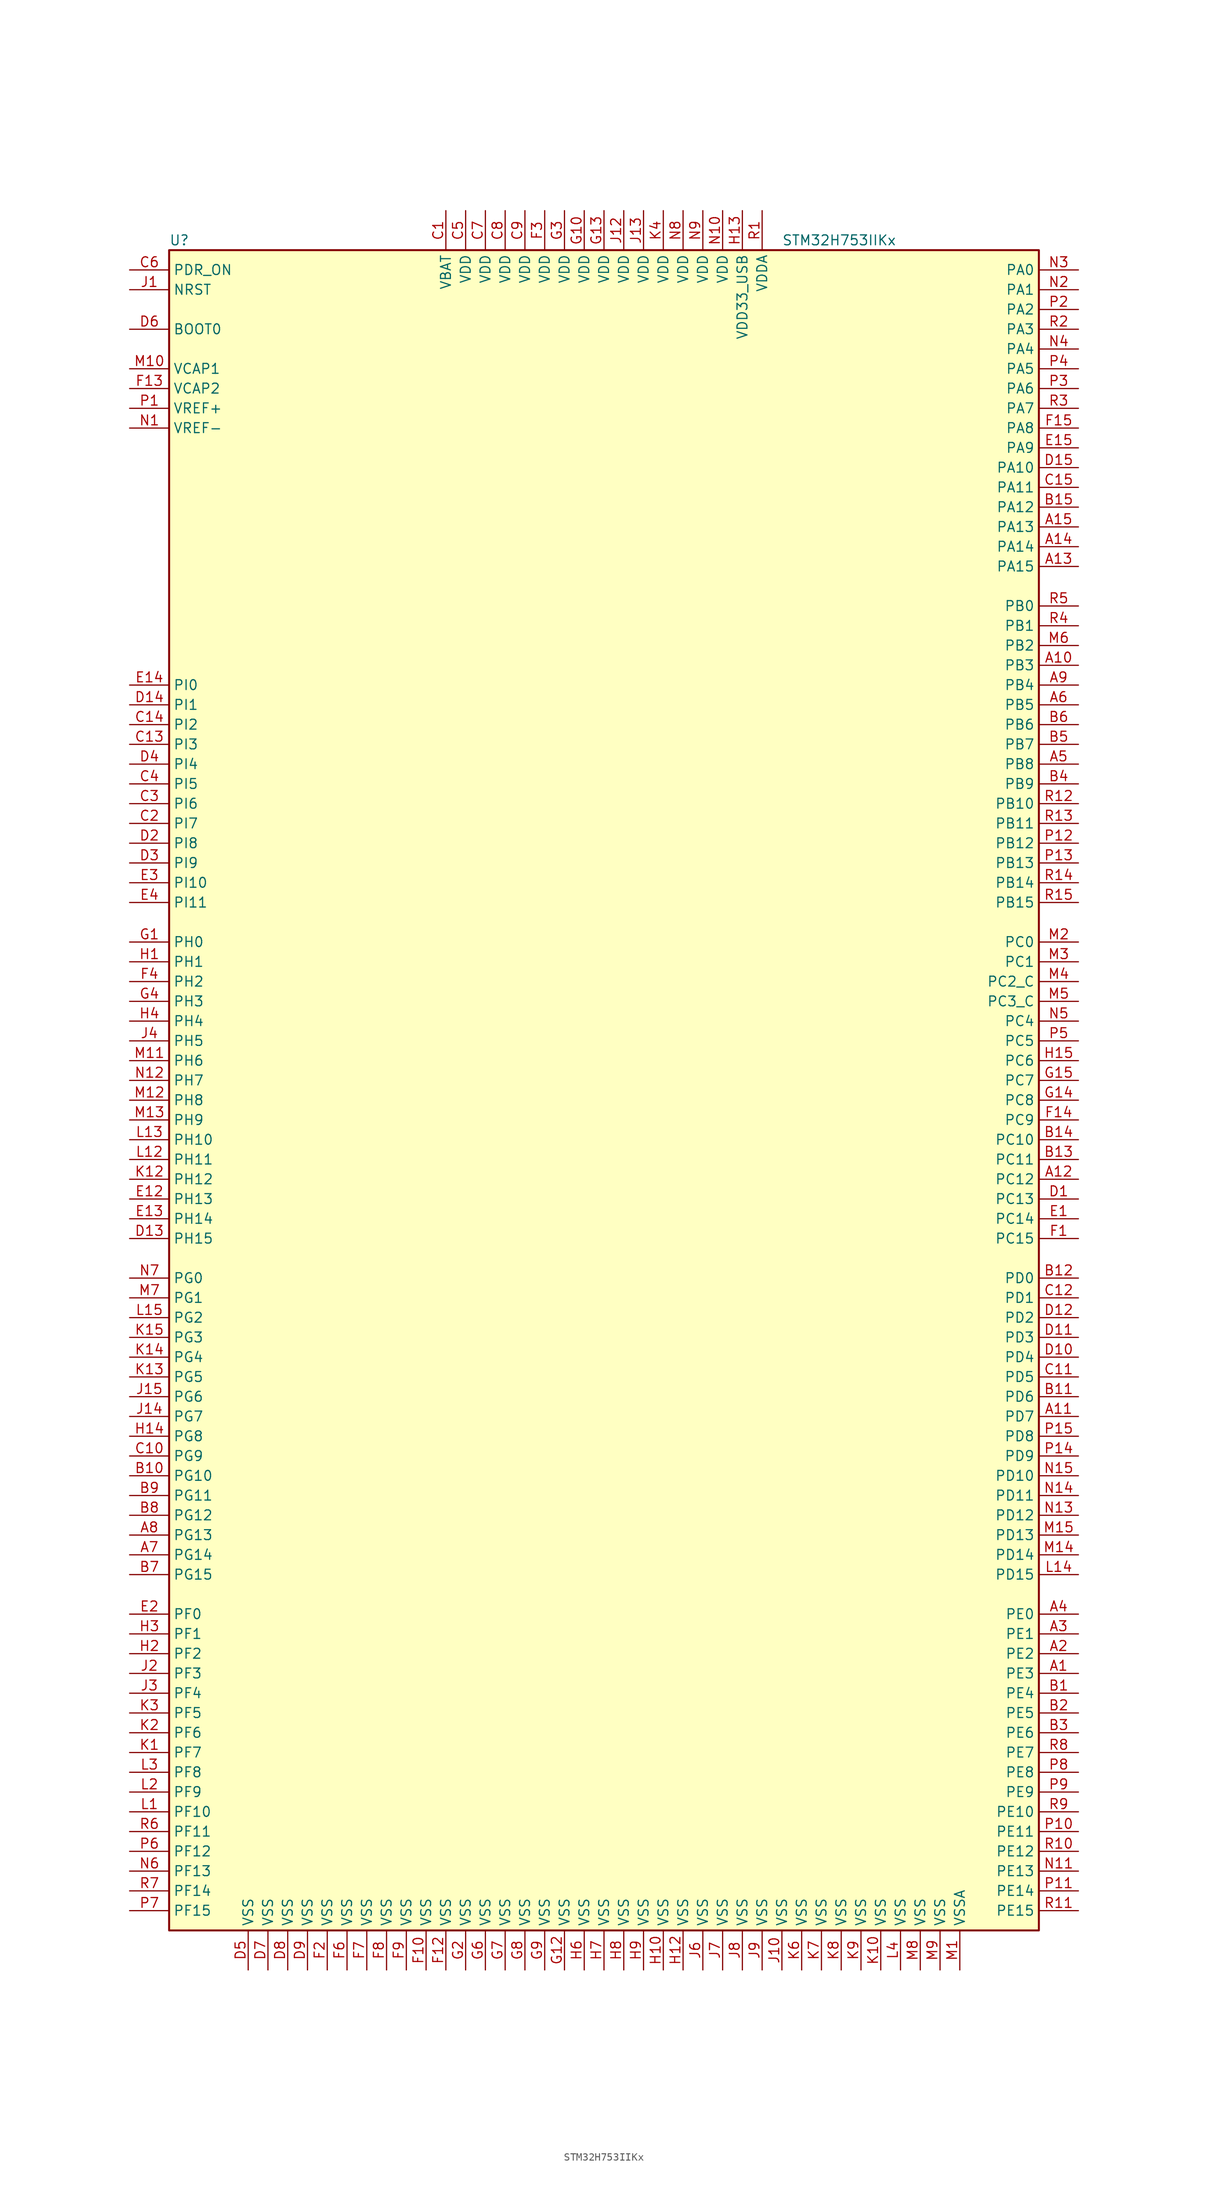
<source format=kicad_sym>
(kicad_symbol_lib
  (version 20220914)
  (generator kicad_symbol_editor)
  (symbol "STM32H753IIKx"
    (property "Reference" "U"
      (at -55.88 107.95 0)
      (effects (font (size 1.27 1.27)) (justify left)))
    (property "Value" "STM32H753IIKx"
      (at 22.86 107.95 0)
      (effects (font (size 1.27 1.27)) (justify left)))
    (symbol "STM32H753IIKx_0_1"
      (rectangle (start -55.88 -109.22) (end 55.88 106.68) (stroke (width 0.254) (type default)) (fill (type background))))
    (symbol "STM32H753IIKx_1_1"
      (pin bidirectional line (at 60.96 -76.2 180) (length 5.08) (name "PE3" (effects (font (size 1.27 1.27)))) (number "A1" (effects (font (size 1.27 1.27)))))
      (pin bidirectional line (at 60.96 53.34 180) (length 5.08) (name "PB3" (effects (font (size 1.27 1.27)))) (number "A10" (effects (font (size 1.27 1.27)))))
      (pin bidirectional line (at 60.96 -43.18 180) (length 5.08) (name "PD7" (effects (font (size 1.27 1.27)))) (number "A11" (effects (font (size 1.27 1.27)))))
      (pin bidirectional line (at 60.96 -12.7 180) (length 5.08) (name "PC12" (effects (font (size 1.27 1.27)))) (number "A12" (effects (font (size 1.27 1.27)))))
      (pin bidirectional line (at 60.96 66.04 180) (length 5.08) (name "PA15" (effects (font (size 1.27 1.27)))) (number "A13" (effects (font (size 1.27 1.27)))))
      (pin bidirectional line (at 60.96 68.58 180) (length 5.08) (name "PA14" (effects (font (size 1.27 1.27)))) (number "A14" (effects (font (size 1.27 1.27)))))
      (pin bidirectional line (at 60.96 71.12 180) (length 5.08) (name "PA13" (effects (font (size 1.27 1.27)))) (number "A15" (effects (font (size 1.27 1.27)))))
      (pin bidirectional line (at 60.96 -73.66 180) (length 5.08) (name "PE2" (effects (font (size 1.27 1.27)))) (number "A2" (effects (font (size 1.27 1.27)))))
      (pin bidirectional line (at 60.96 -71.12 180) (length 5.08) (name "PE1" (effects (font (size 1.27 1.27)))) (number "A3" (effects (font (size 1.27 1.27)))))
      (pin bidirectional line (at 60.96 -68.58 180) (length 5.08) (name "PE0" (effects (font (size 1.27 1.27)))) (number "A4" (effects (font (size 1.27 1.27)))))
      (pin bidirectional line (at 60.96 40.64 180) (length 5.08) (name "PB8" (effects (font (size 1.27 1.27)))) (number "A5" (effects (font (size 1.27 1.27)))))
      (pin bidirectional line (at 60.96 48.26 180) (length 5.08) (name "PB5" (effects (font (size 1.27 1.27)))) (number "A6" (effects (font (size 1.27 1.27)))))
      (pin bidirectional line (at -60.96 -60.96 0) (length 5.08) (name "PG14" (effects (font (size 1.27 1.27)))) (number "A7" (effects (font (size 1.27 1.27)))))
      (pin bidirectional line (at -60.96 -58.42 0) (length 5.08) (name "PG13" (effects (font (size 1.27 1.27)))) (number "A8" (effects (font (size 1.27 1.27)))))
      (pin bidirectional line (at 60.96 50.8 180) (length 5.08) (name "PB4" (effects (font (size 1.27 1.27)))) (number "A9" (effects (font (size 1.27 1.27)))))
      (pin bidirectional line (at 60.96 -78.74 180) (length 5.08) (name "PE4" (effects (font (size 1.27 1.27)))) (number "B1" (effects (font (size 1.27 1.27)))))
      (pin bidirectional line (at -60.96 -50.8 0) (length 5.08) (name "PG10" (effects (font (size 1.27 1.27)))) (number "B10" (effects (font (size 1.27 1.27)))))
      (pin bidirectional line (at 60.96 -40.64 180) (length 5.08) (name "PD6" (effects (font (size 1.27 1.27)))) (number "B11" (effects (font (size 1.27 1.27)))))
      (pin bidirectional line (at 60.96 -25.4 180) (length 5.08) (name "PD0" (effects (font (size 1.27 1.27)))) (number "B12" (effects (font (size 1.27 1.27)))))
      (pin bidirectional line (at 60.96 -10.16 180) (length 5.08) (name "PC11" (effects (font (size 1.27 1.27)))) (number "B13" (effects (font (size 1.27 1.27)))))
      (pin bidirectional line (at 60.96 -7.62 180) (length 5.08) (name "PC10" (effects (font (size 1.27 1.27)))) (number "B14" (effects (font (size 1.27 1.27)))))
      (pin bidirectional line (at 60.96 73.66 180) (length 5.08) (name "PA12" (effects (font (size 1.27 1.27)))) (number "B15" (effects (font (size 1.27 1.27)))))
      (pin bidirectional line (at 60.96 -81.28 180) (length 5.08) (name "PE5" (effects (font (size 1.27 1.27)))) (number "B2" (effects (font (size 1.27 1.27)))))
      (pin bidirectional line (at 60.96 -83.82 180) (length 5.08) (name "PE6" (effects (font (size 1.27 1.27)))) (number "B3" (effects (font (size 1.27 1.27)))))
      (pin bidirectional line (at 60.96 38.1 180) (length 5.08) (name "PB9" (effects (font (size 1.27 1.27)))) (number "B4" (effects (font (size 1.27 1.27)))))
      (pin bidirectional line (at 60.96 43.18 180) (length 5.08) (name "PB7" (effects (font (size 1.27 1.27)))) (number "B5" (effects (font (size 1.27 1.27)))))
      (pin bidirectional line (at 60.96 45.72 180) (length 5.08) (name "PB6" (effects (font (size 1.27 1.27)))) (number "B6" (effects (font (size 1.27 1.27)))))
      (pin bidirectional line (at -60.96 -63.5 0) (length 5.08) (name "PG15" (effects (font (size 1.27 1.27)))) (number "B7" (effects (font (size 1.27 1.27)))))
      (pin bidirectional line (at -60.96 -55.88 0) (length 5.08) (name "PG12" (effects (font (size 1.27 1.27)))) (number "B8" (effects (font (size 1.27 1.27)))))
      (pin bidirectional line (at -60.96 -53.34 0) (length 5.08) (name "PG11" (effects (font (size 1.27 1.27)))) (number "B9" (effects (font (size 1.27 1.27)))))
      (pin power_in line (at -20.32 111.76 270) (length 5.08) (name "VBAT" (effects (font (size 1.27 1.27)))) (number "C1" (effects (font (size 1.27 1.27)))))
      (pin bidirectional line (at -60.96 -48.26 0) (length 5.08) (name "PG9" (effects (font (size 1.27 1.27)))) (number "C10" (effects (font (size 1.27 1.27)))))
      (pin bidirectional line (at 60.96 -38.1 180) (length 5.08) (name "PD5" (effects (font (size 1.27 1.27)))) (number "C11" (effects (font (size 1.27 1.27)))))
      (pin bidirectional line (at 60.96 -27.94 180) (length 5.08) (name "PD1" (effects (font (size 1.27 1.27)))) (number "C12" (effects (font (size 1.27 1.27)))))
      (pin bidirectional line (at -60.96 43.18 0) (length 5.08) (name "PI3" (effects (font (size 1.27 1.27)))) (number "C13" (effects (font (size 1.27 1.27)))))
      (pin bidirectional line (at -60.96 45.72 0) (length 5.08) (name "PI2" (effects (font (size 1.27 1.27)))) (number "C14" (effects (font (size 1.27 1.27)))))
      (pin bidirectional line (at 60.96 76.2 180) (length 5.08) (name "PA11" (effects (font (size 1.27 1.27)))) (number "C15" (effects (font (size 1.27 1.27)))))
      (pin bidirectional line (at -60.96 33.02 0) (length 5.08) (name "PI7" (effects (font (size 1.27 1.27)))) (number "C2" (effects (font (size 1.27 1.27)))))
      (pin bidirectional line (at -60.96 35.56 0) (length 5.08) (name "PI6" (effects (font (size 1.27 1.27)))) (number "C3" (effects (font (size 1.27 1.27)))))
      (pin bidirectional line (at -60.96 38.1 0) (length 5.08) (name "PI5" (effects (font (size 1.27 1.27)))) (number "C4" (effects (font (size 1.27 1.27)))))
      (pin power_in line (at -17.78 111.76 270) (length 5.08) (name "VDD" (effects (font (size 1.27 1.27)))) (number "C5" (effects (font (size 1.27 1.27)))))
      (pin input line (at -60.96 104.14 0) (length 5.08) (name "PDR_ON" (effects (font (size 1.27 1.27)))) (number "C6" (effects (font (size 1.27 1.27)))))
      (pin power_in line (at -15.24 111.76 270) (length 5.08) (name "VDD" (effects (font (size 1.27 1.27)))) (number "C7" (effects (font (size 1.27 1.27)))))
      (pin power_in line (at -12.7 111.76 270) (length 5.08) (name "VDD" (effects (font (size 1.27 1.27)))) (number "C8" (effects (font (size 1.27 1.27)))))
      (pin power_in line (at -10.16 111.76 270) (length 5.08) (name "VDD" (effects (font (size 1.27 1.27)))) (number "C9" (effects (font (size 1.27 1.27)))))
      (pin bidirectional line (at 60.96 -15.24 180) (length 5.08) (name "PC13" (effects (font (size 1.27 1.27)))) (number "D1" (effects (font (size 1.27 1.27)))))
      (pin bidirectional line (at 60.96 -35.56 180) (length 5.08) (name "PD4" (effects (font (size 1.27 1.27)))) (number "D10" (effects (font (size 1.27 1.27)))))
      (pin bidirectional line (at 60.96 -33.02 180) (length 5.08) (name "PD3" (effects (font (size 1.27 1.27)))) (number "D11" (effects (font (size 1.27 1.27)))))
      (pin bidirectional line (at 60.96 -30.48 180) (length 5.08) (name "PD2" (effects (font (size 1.27 1.27)))) (number "D12" (effects (font (size 1.27 1.27)))))
      (pin bidirectional line (at -60.96 -20.32 0) (length 5.08) (name "PH15" (effects (font (size 1.27 1.27)))) (number "D13" (effects (font (size 1.27 1.27)))))
      (pin bidirectional line (at -60.96 48.26 0) (length 5.08) (name "PI1" (effects (font (size 1.27 1.27)))) (number "D14" (effects (font (size 1.27 1.27)))))
      (pin bidirectional line (at 60.96 78.74 180) (length 5.08) (name "PA10" (effects (font (size 1.27 1.27)))) (number "D15" (effects (font (size 1.27 1.27)))))
      (pin bidirectional line (at -60.96 30.48 0) (length 5.08) (name "PI8" (effects (font (size 1.27 1.27)))) (number "D2" (effects (font (size 1.27 1.27)))))
      (pin bidirectional line (at -60.96 27.94 0) (length 5.08) (name "PI9" (effects (font (size 1.27 1.27)))) (number "D3" (effects (font (size 1.27 1.27)))))
      (pin bidirectional line (at -60.96 40.64 0) (length 5.08) (name "PI4" (effects (font (size 1.27 1.27)))) (number "D4" (effects (font (size 1.27 1.27)))))
      (pin power_in line (at -45.72 -114.3 90) (length 5.08) (name "VSS" (effects (font (size 1.27 1.27)))) (number "D5" (effects (font (size 1.27 1.27)))))
      (pin input line (at -60.96 96.52 0) (length 5.08) (name "BOOT0" (effects (font (size 1.27 1.27)))) (number "D6" (effects (font (size 1.27 1.27)))))
      (pin power_in line (at -43.18 -114.3 90) (length 5.08) (name "VSS" (effects (font (size 1.27 1.27)))) (number "D7" (effects (font (size 1.27 1.27)))))
      (pin power_in line (at -40.64 -114.3 90) (length 5.08) (name "VSS" (effects (font (size 1.27 1.27)))) (number "D8" (effects (font (size 1.27 1.27)))))
      (pin power_in line (at -38.1 -114.3 90) (length 5.08) (name "VSS" (effects (font (size 1.27 1.27)))) (number "D9" (effects (font (size 1.27 1.27)))))
      (pin bidirectional line (at 60.96 -17.78 180) (length 5.08) (name "PC14" (effects (font (size 1.27 1.27)))) (number "E1" (effects (font (size 1.27 1.27)))))
      (pin bidirectional line (at -60.96 -15.24 0) (length 5.08) (name "PH13" (effects (font (size 1.27 1.27)))) (number "E12" (effects (font (size 1.27 1.27)))))
      (pin bidirectional line (at -60.96 -17.78 0) (length 5.08) (name "PH14" (effects (font (size 1.27 1.27)))) (number "E13" (effects (font (size 1.27 1.27)))))
      (pin bidirectional line (at -60.96 50.8 0) (length 5.08) (name "PI0" (effects (font (size 1.27 1.27)))) (number "E14" (effects (font (size 1.27 1.27)))))
      (pin bidirectional line (at 60.96 81.28 180) (length 5.08) (name "PA9" (effects (font (size 1.27 1.27)))) (number "E15" (effects (font (size 1.27 1.27)))))
      (pin bidirectional line (at -60.96 -68.58 0) (length 5.08) (name "PF0" (effects (font (size 1.27 1.27)))) (number "E2" (effects (font (size 1.27 1.27)))))
      (pin bidirectional line (at -60.96 25.4 0) (length 5.08) (name "PI10" (effects (font (size 1.27 1.27)))) (number "E3" (effects (font (size 1.27 1.27)))))
      (pin bidirectional line (at -60.96 22.86 0) (length 5.08) (name "PI11" (effects (font (size 1.27 1.27)))) (number "E4" (effects (font (size 1.27 1.27)))))
      (pin bidirectional line (at 60.96 -20.32 180) (length 5.08) (name "PC15" (effects (font (size 1.27 1.27)))) (number "F1" (effects (font (size 1.27 1.27)))))
      (pin power_in line (at -22.86 -114.3 90) (length 5.08) (name "VSS" (effects (font (size 1.27 1.27)))) (number "F10" (effects (font (size 1.27 1.27)))))
      (pin power_in line (at -20.32 -114.3 90) (length 5.08) (name "VSS" (effects (font (size 1.27 1.27)))) (number "F12" (effects (font (size 1.27 1.27)))))
      (pin power_in line (at -60.96 88.9 0) (length 5.08) (name "VCAP2" (effects (font (size 1.27 1.27)))) (number "F13" (effects (font (size 1.27 1.27)))))
      (pin bidirectional line (at 60.96 -5.08 180) (length 5.08) (name "PC9" (effects (font (size 1.27 1.27)))) (number "F14" (effects (font (size 1.27 1.27)))))
      (pin bidirectional line (at 60.96 83.82 180) (length 5.08) (name "PA8" (effects (font (size 1.27 1.27)))) (number "F15" (effects (font (size 1.27 1.27)))))
      (pin power_in line (at -35.56 -114.3 90) (length 5.08) (name "VSS" (effects (font (size 1.27 1.27)))) (number "F2" (effects (font (size 1.27 1.27)))))
      (pin power_in line (at -7.62 111.76 270) (length 5.08) (name "VDD" (effects (font (size 1.27 1.27)))) (number "F3" (effects (font (size 1.27 1.27)))))
      (pin bidirectional line (at -60.96 12.7 0) (length 5.08) (name "PH2" (effects (font (size 1.27 1.27)))) (number "F4" (effects (font (size 1.27 1.27)))))
      (pin power_in line (at -33.02 -114.3 90) (length 5.08) (name "VSS" (effects (font (size 1.27 1.27)))) (number "F6" (effects (font (size 1.27 1.27)))))
      (pin power_in line (at -30.48 -114.3 90) (length 5.08) (name "VSS" (effects (font (size 1.27 1.27)))) (number "F7" (effects (font (size 1.27 1.27)))))
      (pin power_in line (at -27.94 -114.3 90) (length 5.08) (name "VSS" (effects (font (size 1.27 1.27)))) (number "F8" (effects (font (size 1.27 1.27)))))
      (pin power_in line (at -25.4 -114.3 90) (length 5.08) (name "VSS" (effects (font (size 1.27 1.27)))) (number "F9" (effects (font (size 1.27 1.27)))))
      (pin input line (at -60.96 17.78 0) (length 5.08) (name "PH0" (effects (font (size 1.27 1.27)))) (number "G1" (effects (font (size 1.27 1.27)))))
      (pin power_in line (at -2.54 111.76 270) (length 5.08) (name "VDD" (effects (font (size 1.27 1.27)))) (number "G10" (effects (font (size 1.27 1.27)))))
      (pin power_in line (at -5.08 -114.3 90) (length 5.08) (name "VSS" (effects (font (size 1.27 1.27)))) (number "G12" (effects (font (size 1.27 1.27)))))
      (pin power_in line (at 0 111.76 270) (length 5.08) (name "VDD" (effects (font (size 1.27 1.27)))) (number "G13" (effects (font (size 1.27 1.27)))))
      (pin bidirectional line (at 60.96 -2.54 180) (length 5.08) (name "PC8" (effects (font (size 1.27 1.27)))) (number "G14" (effects (font (size 1.27 1.27)))))
      (pin bidirectional line (at 60.96 0 180) (length 5.08) (name "PC7" (effects (font (size 1.27 1.27)))) (number "G15" (effects (font (size 1.27 1.27)))))
      (pin power_in line (at -17.78 -114.3 90) (length 5.08) (name "VSS" (effects (font (size 1.27 1.27)))) (number "G2" (effects (font (size 1.27 1.27)))))
      (pin power_in line (at -5.08 111.76 270) (length 5.08) (name "VDD" (effects (font (size 1.27 1.27)))) (number "G3" (effects (font (size 1.27 1.27)))))
      (pin bidirectional line (at -60.96 10.16 0) (length 5.08) (name "PH3" (effects (font (size 1.27 1.27)))) (number "G4" (effects (font (size 1.27 1.27)))))
      (pin power_in line (at -15.24 -114.3 90) (length 5.08) (name "VSS" (effects (font (size 1.27 1.27)))) (number "G6" (effects (font (size 1.27 1.27)))))
      (pin power_in line (at -12.7 -114.3 90) (length 5.08) (name "VSS" (effects (font (size 1.27 1.27)))) (number "G7" (effects (font (size 1.27 1.27)))))
      (pin power_in line (at -10.16 -114.3 90) (length 5.08) (name "VSS" (effects (font (size 1.27 1.27)))) (number "G8" (effects (font (size 1.27 1.27)))))
      (pin power_in line (at -7.62 -114.3 90) (length 5.08) (name "VSS" (effects (font (size 1.27 1.27)))) (number "G9" (effects (font (size 1.27 1.27)))))
      (pin input line (at -60.96 15.24 0) (length 5.08) (name "PH1" (effects (font (size 1.27 1.27)))) (number "H1" (effects (font (size 1.27 1.27)))))
      (pin power_in line (at 7.62 -114.3 90) (length 5.08) (name "VSS" (effects (font (size 1.27 1.27)))) (number "H10" (effects (font (size 1.27 1.27)))))
      (pin power_in line (at 10.16 -114.3 90) (length 5.08) (name "VSS" (effects (font (size 1.27 1.27)))) (number "H12" (effects (font (size 1.27 1.27)))))
      (pin power_in line (at 17.78 111.76 270) (length 5.08) (name "VDD33_USB" (effects (font (size 1.27 1.27)))) (number "H13" (effects (font (size 1.27 1.27)))))
      (pin bidirectional line (at -60.96 -45.72 0) (length 5.08) (name "PG8" (effects (font (size 1.27 1.27)))) (number "H14" (effects (font (size 1.27 1.27)))))
      (pin bidirectional line (at 60.96 2.54 180) (length 5.08) (name "PC6" (effects (font (size 1.27 1.27)))) (number "H15" (effects (font (size 1.27 1.27)))))
      (pin bidirectional line (at -60.96 -73.66 0) (length 5.08) (name "PF2" (effects (font (size 1.27 1.27)))) (number "H2" (effects (font (size 1.27 1.27)))))
      (pin bidirectional line (at -60.96 -71.12 0) (length 5.08) (name "PF1" (effects (font (size 1.27 1.27)))) (number "H3" (effects (font (size 1.27 1.27)))))
      (pin bidirectional line (at -60.96 7.62 0) (length 5.08) (name "PH4" (effects (font (size 1.27 1.27)))) (number "H4" (effects (font (size 1.27 1.27)))))
      (pin power_in line (at -2.54 -114.3 90) (length 5.08) (name "VSS" (effects (font (size 1.27 1.27)))) (number "H6" (effects (font (size 1.27 1.27)))))
      (pin power_in line (at 0 -114.3 90) (length 5.08) (name "VSS" (effects (font (size 1.27 1.27)))) (number "H7" (effects (font (size 1.27 1.27)))))
      (pin power_in line (at 2.54 -114.3 90) (length 5.08) (name "VSS" (effects (font (size 1.27 1.27)))) (number "H8" (effects (font (size 1.27 1.27)))))
      (pin power_in line (at 5.08 -114.3 90) (length 5.08) (name "VSS" (effects (font (size 1.27 1.27)))) (number "H9" (effects (font (size 1.27 1.27)))))
      (pin input line (at -60.96 101.6 0) (length 5.08) (name "NRST" (effects (font (size 1.27 1.27)))) (number "J1" (effects (font (size 1.27 1.27)))))
      (pin power_in line (at 22.86 -114.3 90) (length 5.08) (name "VSS" (effects (font (size 1.27 1.27)))) (number "J10" (effects (font (size 1.27 1.27)))))
      (pin power_in line (at 2.54 111.76 270) (length 5.08) (name "VDD" (effects (font (size 1.27 1.27)))) (number "J12" (effects (font (size 1.27 1.27)))))
      (pin power_in line (at 5.08 111.76 270) (length 5.08) (name "VDD" (effects (font (size 1.27 1.27)))) (number "J13" (effects (font (size 1.27 1.27)))))
      (pin bidirectional line (at -60.96 -43.18 0) (length 5.08) (name "PG7" (effects (font (size 1.27 1.27)))) (number "J14" (effects (font (size 1.27 1.27)))))
      (pin bidirectional line (at -60.96 -40.64 0) (length 5.08) (name "PG6" (effects (font (size 1.27 1.27)))) (number "J15" (effects (font (size 1.27 1.27)))))
      (pin bidirectional line (at -60.96 -76.2 0) (length 5.08) (name "PF3" (effects (font (size 1.27 1.27)))) (number "J2" (effects (font (size 1.27 1.27)))))
      (pin bidirectional line (at -60.96 -78.74 0) (length 5.08) (name "PF4" (effects (font (size 1.27 1.27)))) (number "J3" (effects (font (size 1.27 1.27)))))
      (pin bidirectional line (at -60.96 5.08 0) (length 5.08) (name "PH5" (effects (font (size 1.27 1.27)))) (number "J4" (effects (font (size 1.27 1.27)))))
      (pin power_in line (at 12.7 -114.3 90) (length 5.08) (name "VSS" (effects (font (size 1.27 1.27)))) (number "J6" (effects (font (size 1.27 1.27)))))
      (pin power_in line (at 15.24 -114.3 90) (length 5.08) (name "VSS" (effects (font (size 1.27 1.27)))) (number "J7" (effects (font (size 1.27 1.27)))))
      (pin power_in line (at 17.78 -114.3 90) (length 5.08) (name "VSS" (effects (font (size 1.27 1.27)))) (number "J8" (effects (font (size 1.27 1.27)))))
      (pin power_in line (at 20.32 -114.3 90) (length 5.08) (name "VSS" (effects (font (size 1.27 1.27)))) (number "J9" (effects (font (size 1.27 1.27)))))
      (pin bidirectional line (at -60.96 -86.36 0) (length 5.08) (name "PF7" (effects (font (size 1.27 1.27)))) (number "K1" (effects (font (size 1.27 1.27)))))
      (pin power_in line (at 35.56 -114.3 90) (length 5.08) (name "VSS" (effects (font (size 1.27 1.27)))) (number "K10" (effects (font (size 1.27 1.27)))))
      (pin bidirectional line (at -60.96 -12.7 0) (length 5.08) (name "PH12" (effects (font (size 1.27 1.27)))) (number "K12" (effects (font (size 1.27 1.27)))))
      (pin bidirectional line (at -60.96 -38.1 0) (length 5.08) (name "PG5" (effects (font (size 1.27 1.27)))) (number "K13" (effects (font (size 1.27 1.27)))))
      (pin bidirectional line (at -60.96 -35.56 0) (length 5.08) (name "PG4" (effects (font (size 1.27 1.27)))) (number "K14" (effects (font (size 1.27 1.27)))))
      (pin bidirectional line (at -60.96 -33.02 0) (length 5.08) (name "PG3" (effects (font (size 1.27 1.27)))) (number "K15" (effects (font (size 1.27 1.27)))))
      (pin bidirectional line (at -60.96 -83.82 0) (length 5.08) (name "PF6" (effects (font (size 1.27 1.27)))) (number "K2" (effects (font (size 1.27 1.27)))))
      (pin bidirectional line (at -60.96 -81.28 0) (length 5.08) (name "PF5" (effects (font (size 1.27 1.27)))) (number "K3" (effects (font (size 1.27 1.27)))))
      (pin power_in line (at 7.62 111.76 270) (length 5.08) (name "VDD" (effects (font (size 1.27 1.27)))) (number "K4" (effects (font (size 1.27 1.27)))))
      (pin power_in line (at 25.4 -114.3 90) (length 5.08) (name "VSS" (effects (font (size 1.27 1.27)))) (number "K6" (effects (font (size 1.27 1.27)))))
      (pin power_in line (at 27.94 -114.3 90) (length 5.08) (name "VSS" (effects (font (size 1.27 1.27)))) (number "K7" (effects (font (size 1.27 1.27)))))
      (pin power_in line (at 30.48 -114.3 90) (length 5.08) (name "VSS" (effects (font (size 1.27 1.27)))) (number "K8" (effects (font (size 1.27 1.27)))))
      (pin power_in line (at 33.02 -114.3 90) (length 5.08) (name "VSS" (effects (font (size 1.27 1.27)))) (number "K9" (effects (font (size 1.27 1.27)))))
      (pin bidirectional line (at -60.96 -93.98 0) (length 5.08) (name "PF10" (effects (font (size 1.27 1.27)))) (number "L1" (effects (font (size 1.27 1.27)))))
      (pin bidirectional line (at -60.96 -10.16 0) (length 5.08) (name "PH11" (effects (font (size 1.27 1.27)))) (number "L12" (effects (font (size 1.27 1.27)))))
      (pin bidirectional line (at -60.96 -7.62 0) (length 5.08) (name "PH10" (effects (font (size 1.27 1.27)))) (number "L13" (effects (font (size 1.27 1.27)))))
      (pin bidirectional line (at 60.96 -63.5 180) (length 5.08) (name "PD15" (effects (font (size 1.27 1.27)))) (number "L14" (effects (font (size 1.27 1.27)))))
      (pin bidirectional line (at -60.96 -30.48 0) (length 5.08) (name "PG2" (effects (font (size 1.27 1.27)))) (number "L15" (effects (font (size 1.27 1.27)))))
      (pin bidirectional line (at -60.96 -91.44 0) (length 5.08) (name "PF9" (effects (font (size 1.27 1.27)))) (number "L2" (effects (font (size 1.27 1.27)))))
      (pin bidirectional line (at -60.96 -88.9 0) (length 5.08) (name "PF8" (effects (font (size 1.27 1.27)))) (number "L3" (effects (font (size 1.27 1.27)))))
      (pin power_in line (at 38.1 -114.3 90) (length 5.08) (name "VSS" (effects (font (size 1.27 1.27)))) (number "L4" (effects (font (size 1.27 1.27)))))
      (pin power_in line (at 45.72 -114.3 90) (length 5.08) (name "VSSA" (effects (font (size 1.27 1.27)))) (number "M1" (effects (font (size 1.27 1.27)))))
      (pin power_in line (at -60.96 91.44 0) (length 5.08) (name "VCAP1" (effects (font (size 1.27 1.27)))) (number "M10" (effects (font (size 1.27 1.27)))))
      (pin bidirectional line (at -60.96 2.54 0) (length 5.08) (name "PH6" (effects (font (size 1.27 1.27)))) (number "M11" (effects (font (size 1.27 1.27)))))
      (pin bidirectional line (at -60.96 -2.54 0) (length 5.08) (name "PH8" (effects (font (size 1.27 1.27)))) (number "M12" (effects (font (size 1.27 1.27)))))
      (pin bidirectional line (at -60.96 -5.08 0) (length 5.08) (name "PH9" (effects (font (size 1.27 1.27)))) (number "M13" (effects (font (size 1.27 1.27)))))
      (pin bidirectional line (at 60.96 -60.96 180) (length 5.08) (name "PD14" (effects (font (size 1.27 1.27)))) (number "M14" (effects (font (size 1.27 1.27)))))
      (pin bidirectional line (at 60.96 -58.42 180) (length 5.08) (name "PD13" (effects (font (size 1.27 1.27)))) (number "M15" (effects (font (size 1.27 1.27)))))
      (pin bidirectional line (at 60.96 17.78 180) (length 5.08) (name "PC0" (effects (font (size 1.27 1.27)))) (number "M2" (effects (font (size 1.27 1.27)))))
      (pin bidirectional line (at 60.96 15.24 180) (length 5.08) (name "PC1" (effects (font (size 1.27 1.27)))) (number "M3" (effects (font (size 1.27 1.27)))))
      (pin bidirectional line (at 60.96 12.7 180) (length 5.08) (name "PC2_C" (effects (font (size 1.27 1.27)))) (number "M4" (effects (font (size 1.27 1.27)))))
      (pin bidirectional line (at 60.96 10.16 180) (length 5.08) (name "PC3_C" (effects (font (size 1.27 1.27)))) (number "M5" (effects (font (size 1.27 1.27)))))
      (pin bidirectional line (at 60.96 55.88 180) (length 5.08) (name "PB2" (effects (font (size 1.27 1.27)))) (number "M6" (effects (font (size 1.27 1.27)))))
      (pin bidirectional line (at -60.96 -27.94 0) (length 5.08) (name "PG1" (effects (font (size 1.27 1.27)))) (number "M7" (effects (font (size 1.27 1.27)))))
      (pin power_in line (at 40.64 -114.3 90) (length 5.08) (name "VSS" (effects (font (size 1.27 1.27)))) (number "M8" (effects (font (size 1.27 1.27)))))
      (pin power_in line (at 43.18 -114.3 90) (length 5.08) (name "VSS" (effects (font (size 1.27 1.27)))) (number "M9" (effects (font (size 1.27 1.27)))))
      (pin power_in line (at -60.96 83.82 0) (length 5.08) (name "VREF-" (effects (font (size 1.27 1.27)))) (number "N1" (effects (font (size 1.27 1.27)))))
      (pin power_in line (at 15.24 111.76 270) (length 5.08) (name "VDD" (effects (font (size 1.27 1.27)))) (number "N10" (effects (font (size 1.27 1.27)))))
      (pin bidirectional line (at 60.96 -101.6 180) (length 5.08) (name "PE13" (effects (font (size 1.27 1.27)))) (number "N11" (effects (font (size 1.27 1.27)))))
      (pin bidirectional line (at -60.96 0 0) (length 5.08) (name "PH7" (effects (font (size 1.27 1.27)))) (number "N12" (effects (font (size 1.27 1.27)))))
      (pin bidirectional line (at 60.96 -55.88 180) (length 5.08) (name "PD12" (effects (font (size 1.27 1.27)))) (number "N13" (effects (font (size 1.27 1.27)))))
      (pin bidirectional line (at 60.96 -53.34 180) (length 5.08) (name "PD11" (effects (font (size 1.27 1.27)))) (number "N14" (effects (font (size 1.27 1.27)))))
      (pin bidirectional line (at 60.96 -50.8 180) (length 5.08) (name "PD10" (effects (font (size 1.27 1.27)))) (number "N15" (effects (font (size 1.27 1.27)))))
      (pin bidirectional line (at 60.96 101.6 180) (length 5.08) (name "PA1" (effects (font (size 1.27 1.27)))) (number "N2" (effects (font (size 1.27 1.27)))))
      (pin bidirectional line (at 60.96 104.14 180) (length 5.08) (name "PA0" (effects (font (size 1.27 1.27)))) (number "N3" (effects (font (size 1.27 1.27)))))
      (pin bidirectional line (at 60.96 93.98 180) (length 5.08) (name "PA4" (effects (font (size 1.27 1.27)))) (number "N4" (effects (font (size 1.27 1.27)))))
      (pin bidirectional line (at 60.96 7.62 180) (length 5.08) (name "PC4" (effects (font (size 1.27 1.27)))) (number "N5" (effects (font (size 1.27 1.27)))))
      (pin bidirectional line (at -60.96 -101.6 0) (length 5.08) (name "PF13" (effects (font (size 1.27 1.27)))) (number "N6" (effects (font (size 1.27 1.27)))))
      (pin bidirectional line (at -60.96 -25.4 0) (length 5.08) (name "PG0" (effects (font (size 1.27 1.27)))) (number "N7" (effects (font (size 1.27 1.27)))))
      (pin power_in line (at 10.16 111.76 270) (length 5.08) (name "VDD" (effects (font (size 1.27 1.27)))) (number "N8" (effects (font (size 1.27 1.27)))))
      (pin power_in line (at 12.7 111.76 270) (length 5.08) (name "VDD" (effects (font (size 1.27 1.27)))) (number "N9" (effects (font (size 1.27 1.27)))))
      (pin bidirectional line (at -60.96 86.36 0) (length 5.08) (name "VREF+" (effects (font (size 1.27 1.27)))) (number "P1" (effects (font (size 1.27 1.27)))))
      (pin bidirectional line (at 60.96 -96.52 180) (length 5.08) (name "PE11" (effects (font (size 1.27 1.27)))) (number "P10" (effects (font (size 1.27 1.27)))))
      (pin bidirectional line (at 60.96 -104.14 180) (length 5.08) (name "PE14" (effects (font (size 1.27 1.27)))) (number "P11" (effects (font (size 1.27 1.27)))))
      (pin bidirectional line (at 60.96 30.48 180) (length 5.08) (name "PB12" (effects (font (size 1.27 1.27)))) (number "P12" (effects (font (size 1.27 1.27)))))
      (pin bidirectional line (at 60.96 27.94 180) (length 5.08) (name "PB13" (effects (font (size 1.27 1.27)))) (number "P13" (effects (font (size 1.27 1.27)))))
      (pin bidirectional line (at 60.96 -48.26 180) (length 5.08) (name "PD9" (effects (font (size 1.27 1.27)))) (number "P14" (effects (font (size 1.27 1.27)))))
      (pin bidirectional line (at 60.96 -45.72 180) (length 5.08) (name "PD8" (effects (font (size 1.27 1.27)))) (number "P15" (effects (font (size 1.27 1.27)))))
      (pin bidirectional line (at 60.96 99.06 180) (length 5.08) (name "PA2" (effects (font (size 1.27 1.27)))) (number "P2" (effects (font (size 1.27 1.27)))))
      (pin bidirectional line (at 60.96 88.9 180) (length 5.08) (name "PA6" (effects (font (size 1.27 1.27)))) (number "P3" (effects (font (size 1.27 1.27)))))
      (pin bidirectional line (at 60.96 91.44 180) (length 5.08) (name "PA5" (effects (font (size 1.27 1.27)))) (number "P4" (effects (font (size 1.27 1.27)))))
      (pin bidirectional line (at 60.96 5.08 180) (length 5.08) (name "PC5" (effects (font (size 1.27 1.27)))) (number "P5" (effects (font (size 1.27 1.27)))))
      (pin bidirectional line (at -60.96 -99.06 0) (length 5.08) (name "PF12" (effects (font (size 1.27 1.27)))) (number "P6" (effects (font (size 1.27 1.27)))))
      (pin bidirectional line (at -60.96 -106.68 0) (length 5.08) (name "PF15" (effects (font (size 1.27 1.27)))) (number "P7" (effects (font (size 1.27 1.27)))))
      (pin bidirectional line (at 60.96 -88.9 180) (length 5.08) (name "PE8" (effects (font (size 1.27 1.27)))) (number "P8" (effects (font (size 1.27 1.27)))))
      (pin bidirectional line (at 60.96 -91.44 180) (length 5.08) (name "PE9" (effects (font (size 1.27 1.27)))) (number "P9" (effects (font (size 1.27 1.27)))))
      (pin power_in line (at 20.32 111.76 270) (length 5.08) (name "VDDA" (effects (font (size 1.27 1.27)))) (number "R1" (effects (font (size 1.27 1.27)))))
      (pin bidirectional line (at 60.96 -99.06 180) (length 5.08) (name "PE12" (effects (font (size 1.27 1.27)))) (number "R10" (effects (font (size 1.27 1.27)))))
      (pin bidirectional line (at 60.96 -106.68 180) (length 5.08) (name "PE15" (effects (font (size 1.27 1.27)))) (number "R11" (effects (font (size 1.27 1.27)))))
      (pin bidirectional line (at 60.96 35.56 180) (length 5.08) (name "PB10" (effects (font (size 1.27 1.27)))) (number "R12" (effects (font (size 1.27 1.27)))))
      (pin bidirectional line (at 60.96 33.02 180) (length 5.08) (name "PB11" (effects (font (size 1.27 1.27)))) (number "R13" (effects (font (size 1.27 1.27)))))
      (pin bidirectional line (at 60.96 25.4 180) (length 5.08) (name "PB14" (effects (font (size 1.27 1.27)))) (number "R14" (effects (font (size 1.27 1.27)))))
      (pin bidirectional line (at 60.96 22.86 180) (length 5.08) (name "PB15" (effects (font (size 1.27 1.27)))) (number "R15" (effects (font (size 1.27 1.27)))))
      (pin bidirectional line (at 60.96 96.52 180) (length 5.08) (name "PA3" (effects (font (size 1.27 1.27)))) (number "R2" (effects (font (size 1.27 1.27)))))
      (pin bidirectional line (at 60.96 86.36 180) (length 5.08) (name "PA7" (effects (font (size 1.27 1.27)))) (number "R3" (effects (font (size 1.27 1.27)))))
      (pin bidirectional line (at 60.96 58.42 180) (length 5.08) (name "PB1" (effects (font (size 1.27 1.27)))) (number "R4" (effects (font (size 1.27 1.27)))))
      (pin bidirectional line (at 60.96 60.96 180) (length 5.08) (name "PB0" (effects (font (size 1.27 1.27)))) (number "R5" (effects (font (size 1.27 1.27)))))
      (pin bidirectional line (at -60.96 -96.52 0) (length 5.08) (name "PF11" (effects (font (size 1.27 1.27)))) (number "R6" (effects (font (size 1.27 1.27)))))
      (pin bidirectional line (at -60.96 -104.14 0) (length 5.08) (name "PF14" (effects (font (size 1.27 1.27)))) (number "R7" (effects (font (size 1.27 1.27)))))
      (pin bidirectional line (at 60.96 -86.36 180) (length 5.08) (name "PE7" (effects (font (size 1.27 1.27)))) (number "R8" (effects (font (size 1.27 1.27)))))
      (pin bidirectional line (at 60.96 -93.98 180) (length 5.08) (name "PE10" (effects (font (size 1.27 1.27)))) (number "R9" (effects (font (size 1.27 1.27))))))))
</source>
